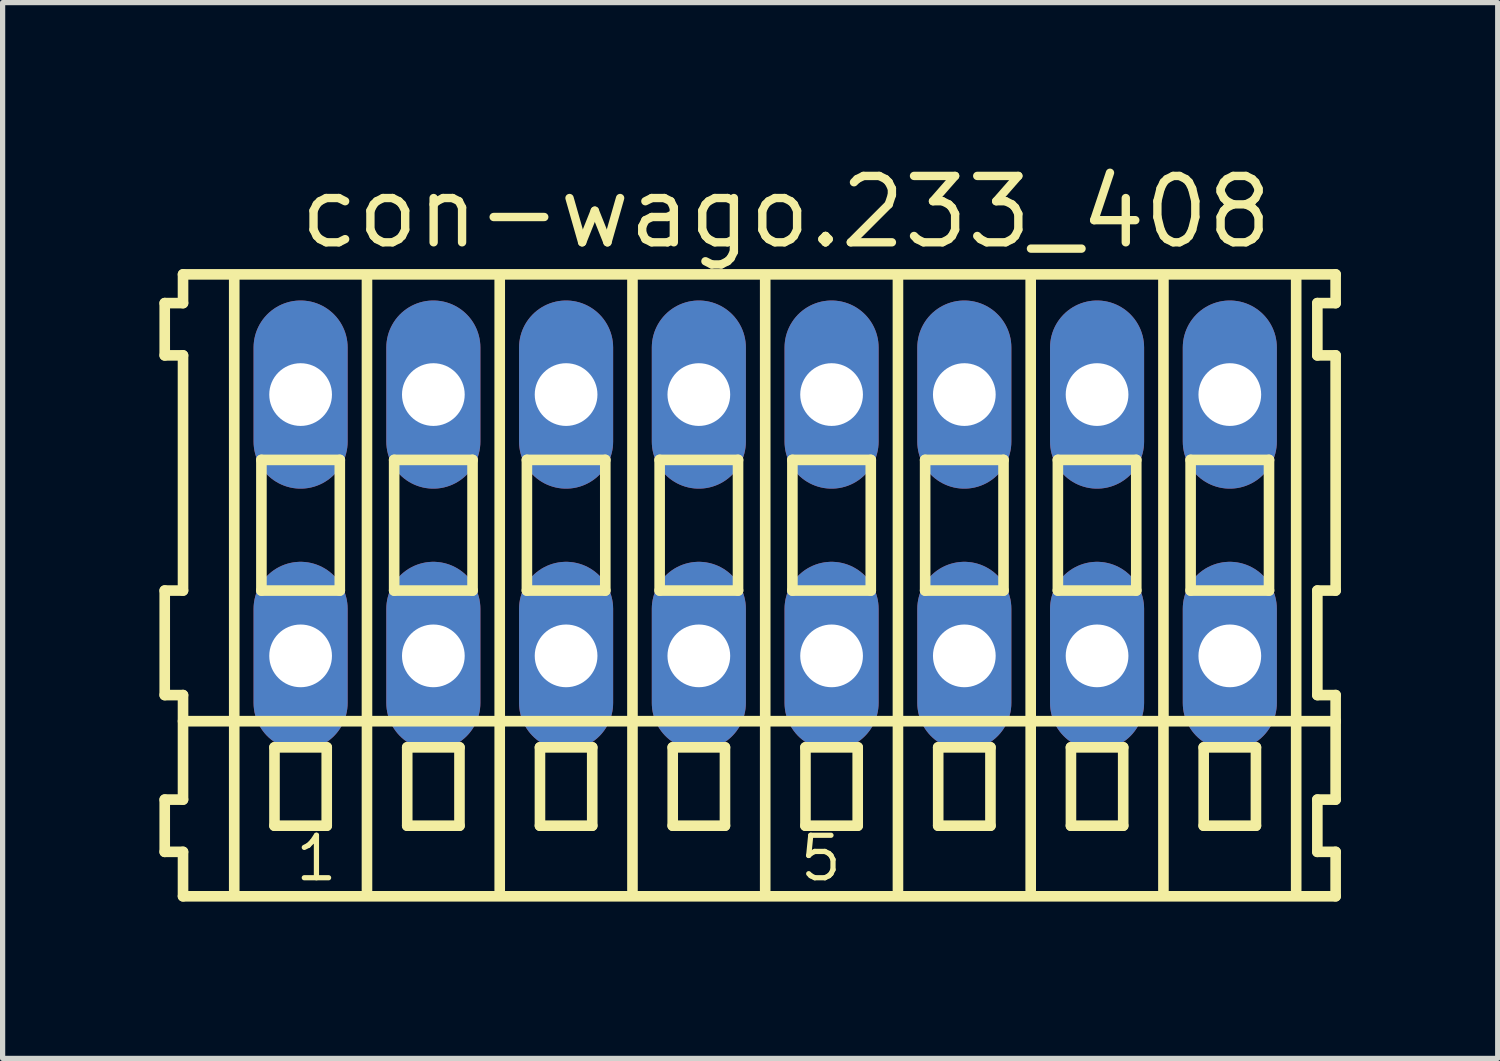
<source format=kicad_pcb>
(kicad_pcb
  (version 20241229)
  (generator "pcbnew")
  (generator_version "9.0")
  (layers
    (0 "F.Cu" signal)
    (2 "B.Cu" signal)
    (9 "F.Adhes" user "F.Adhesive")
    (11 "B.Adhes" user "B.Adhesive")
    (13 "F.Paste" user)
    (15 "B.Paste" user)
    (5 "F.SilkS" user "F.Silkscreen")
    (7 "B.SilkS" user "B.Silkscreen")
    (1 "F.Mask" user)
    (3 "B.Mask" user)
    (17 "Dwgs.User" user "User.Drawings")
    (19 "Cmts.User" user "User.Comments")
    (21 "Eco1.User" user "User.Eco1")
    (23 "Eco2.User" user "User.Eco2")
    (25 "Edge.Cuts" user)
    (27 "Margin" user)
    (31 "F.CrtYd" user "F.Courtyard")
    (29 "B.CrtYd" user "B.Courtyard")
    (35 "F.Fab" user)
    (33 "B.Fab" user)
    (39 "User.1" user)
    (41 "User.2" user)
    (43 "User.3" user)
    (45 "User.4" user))
  (footprint "con-wago.233_408"
    (layer "F.Cu")
    (at 11.592 7)
    (property "Reference" "con-wago.233_408" (at -8.99 -5.25 0) (layer "F.SilkS") (effects (font (size 1.27 1.27) (thickness 0.16)) (justify left bottom)))
    (attr through_hole)
    (fp_line (start -11.49 -4.25) (end -11.49 -3.25) (stroke (width 0.203) (type default)) (layer "F.SilkS"))
    (fp_line (start -11.49 -3.25) (end -11.14 -3.25) (stroke (width 0.203) (type default)) (layer "F.SilkS"))
    (fp_line (start -11.49 1.25) (end -11.49 3.25) (stroke (width 0.203) (type default)) (layer "F.SilkS"))
    (fp_line (start -11.49 3.25) (end -11.14 3.25) (stroke (width 0.203) (type default)) (layer "F.SilkS"))
    (fp_line (start -11.49 5.25) (end -11.49 6.25) (stroke (width 0.203) (type default)) (layer "F.SilkS"))
    (fp_line (start -11.49 6.25) (end -11.14 6.25) (stroke (width 0.203) (type default)) (layer "F.SilkS"))
    (fp_line (start -11.14 -4.8) (end -11.14 -4.25) (stroke (width 0.203) (type default)) (layer "F.SilkS"))
    (fp_line (start -11.14 -4.25) (end -11.49 -4.25) (stroke (width 0.203) (type default)) (layer "F.SilkS"))
    (fp_line (start -11.14 -3.25) (end -11.14 1.25) (stroke (width 0.203) (type default)) (layer "F.SilkS"))
    (fp_line (start -11.14 1.25) (end -11.49 1.25) (stroke (width 0.203) (type default)) (layer "F.SilkS"))
    (fp_line (start -11.14 3.25) (end -11.14 5.25) (stroke (width 0.203) (type default)) (layer "F.SilkS"))
    (fp_line (start -11.14 3.75) (end 10.915 3.75) (stroke (width 0.203) (type default)) (layer "F.SilkS"))
    (fp_line (start -11.14 5.25) (end -11.49 5.25) (stroke (width 0.203) (type default)) (layer "F.SilkS"))
    (fp_line (start -11.14 6.25) (end -11.14 7.1) (stroke (width 0.203) (type default)) (layer "F.SilkS"))
    (fp_line (start -11.14 7.1) (end 10.915 7.1) (stroke (width 0.203) (type default)) (layer "F.SilkS"))
    (fp_line (start -10.16 6.985) (end -10.16 -4.699) (stroke (width 0.203) (type default)) (layer "F.SilkS"))
    (fp_line (start -9.64 -1.25) (end -9.64 1.25) (stroke (width 0.203) (type default)) (layer "F.SilkS"))
    (fp_line (start -9.64 1.25) (end -8.14 1.25) (stroke (width 0.203) (type default)) (layer "F.SilkS"))
    (fp_line (start -9.39 4.25) (end -9.39 5.75) (stroke (width 0.203) (type default)) (layer "F.SilkS"))
    (fp_line (start -9.39 5.75) (end -8.39 5.75) (stroke (width 0.203) (type default)) (layer "F.SilkS"))
    (fp_line (start -8.39 4.25) (end -9.39 4.25) (stroke (width 0.203) (type default)) (layer "F.SilkS"))
    (fp_line (start -8.39 5.75) (end -8.39 4.25) (stroke (width 0.203) (type default)) (layer "F.SilkS"))
    (fp_line (start -8.14 -1.25) (end -9.64 -1.25) (stroke (width 0.203) (type default)) (layer "F.SilkS"))
    (fp_line (start -8.14 1.25) (end -8.14 -1.25) (stroke (width 0.203) (type default)) (layer "F.SilkS"))
    (fp_line (start -7.62 6.985) (end -7.62 -4.699) (stroke (width 0.203) (type default)) (layer "F.SilkS"))
    (fp_line (start -7.1 -1.25) (end -7.1 1.25) (stroke (width 0.203) (type default)) (layer "F.SilkS"))
    (fp_line (start -7.1 1.25) (end -5.6 1.25) (stroke (width 0.203) (type default)) (layer "F.SilkS"))
    (fp_line (start -6.85 4.25) (end -6.85 5.75) (stroke (width 0.203) (type default)) (layer "F.SilkS"))
    (fp_line (start -6.85 5.75) (end -5.85 5.75) (stroke (width 0.203) (type default)) (layer "F.SilkS"))
    (fp_line (start -5.85 4.25) (end -6.85 4.25) (stroke (width 0.203) (type default)) (layer "F.SilkS"))
    (fp_line (start -5.85 5.75) (end -5.85 4.25) (stroke (width 0.203) (type default)) (layer "F.SilkS"))
    (fp_line (start -5.6 -1.25) (end -7.1 -1.25) (stroke (width 0.203) (type default)) (layer "F.SilkS"))
    (fp_line (start -5.6 1.25) (end -5.6 -1.25) (stroke (width 0.203) (type default)) (layer "F.SilkS"))
    (fp_line (start -5.08 6.985) (end -5.08 -4.699) (stroke (width 0.203) (type default)) (layer "F.SilkS"))
    (fp_line (start -4.56 -1.25) (end -4.56 1.25) (stroke (width 0.203) (type default)) (layer "F.SilkS"))
    (fp_line (start -4.56 1.25) (end -3.06 1.25) (stroke (width 0.203) (type default)) (layer "F.SilkS"))
    (fp_line (start -4.31 4.25) (end -4.31 5.75) (stroke (width 0.203) (type default)) (layer "F.SilkS"))
    (fp_line (start -4.31 5.75) (end -3.31 5.75) (stroke (width 0.203) (type default)) (layer "F.SilkS"))
    (fp_line (start -3.31 4.25) (end -4.31 4.25) (stroke (width 0.203) (type default)) (layer "F.SilkS"))
    (fp_line (start -3.31 5.75) (end -3.31 4.25) (stroke (width 0.203) (type default)) (layer "F.SilkS"))
    (fp_line (start -3.06 -1.25) (end -4.56 -1.25) (stroke (width 0.203) (type default)) (layer "F.SilkS"))
    (fp_line (start -3.06 1.25) (end -3.06 -1.25) (stroke (width 0.203) (type default)) (layer "F.SilkS"))
    (fp_line (start -2.54 6.985) (end -2.54 -4.699) (stroke (width 0.203) (type default)) (layer "F.SilkS"))
    (fp_line (start -2.02 -1.25) (end -2.02 1.25) (stroke (width 0.203) (type default)) (layer "F.SilkS"))
    (fp_line (start -2.02 1.25) (end -0.52 1.25) (stroke (width 0.203) (type default)) (layer "F.SilkS"))
    (fp_line (start -1.77 4.25) (end -1.77 5.75) (stroke (width 0.203) (type default)) (layer "F.SilkS"))
    (fp_line (start -1.77 5.75) (end -0.77 5.75) (stroke (width 0.203) (type default)) (layer "F.SilkS"))
    (fp_line (start -0.77 4.25) (end -1.77 4.25) (stroke (width 0.203) (type default)) (layer "F.SilkS"))
    (fp_line (start -0.77 5.75) (end -0.77 4.25) (stroke (width 0.203) (type default)) (layer "F.SilkS"))
    (fp_line (start -0.52 -1.25) (end -2.02 -1.25) (stroke (width 0.203) (type default)) (layer "F.SilkS"))
    (fp_line (start -0.52 1.25) (end -0.52 -1.25) (stroke (width 0.203) (type default)) (layer "F.SilkS"))
    (fp_line (start 0 6.985) (end 0 -4.699) (stroke (width 0.203) (type default)) (layer "F.SilkS"))
    (fp_line (start 0.52 -1.25) (end 0.52 1.25) (stroke (width 0.203) (type default)) (layer "F.SilkS"))
    (fp_line (start 0.52 1.25) (end 2.02 1.25) (stroke (width 0.203) (type default)) (layer "F.SilkS"))
    (fp_line (start 0.77 4.25) (end 0.77 5.75) (stroke (width 0.203) (type default)) (layer "F.SilkS"))
    (fp_line (start 0.77 5.75) (end 1.77 5.75) (stroke (width 0.203) (type default)) (layer "F.SilkS"))
    (fp_line (start 1.77 4.25) (end 0.77 4.25) (stroke (width 0.203) (type default)) (layer "F.SilkS"))
    (fp_line (start 1.77 5.75) (end 1.77 4.25) (stroke (width 0.203) (type default)) (layer "F.SilkS"))
    (fp_line (start 2.02 -1.25) (end 0.52 -1.25) (stroke (width 0.203) (type default)) (layer "F.SilkS"))
    (fp_line (start 2.02 1.25) (end 2.02 -1.25) (stroke (width 0.203) (type default)) (layer "F.SilkS"))
    (fp_line (start 2.54 6.985) (end 2.54 -4.699) (stroke (width 0.203) (type default)) (layer "F.SilkS"))
    (fp_line (start 3.06 -1.25) (end 3.06 1.25) (stroke (width 0.203) (type default)) (layer "F.SilkS"))
    (fp_line (start 3.06 1.25) (end 4.56 1.25) (stroke (width 0.203) (type default)) (layer "F.SilkS"))
    (fp_line (start 3.31 4.25) (end 3.31 5.75) (stroke (width 0.203) (type default)) (layer "F.SilkS"))
    (fp_line (start 3.31 5.75) (end 4.31 5.75) (stroke (width 0.203) (type default)) (layer "F.SilkS"))
    (fp_line (start 4.31 4.25) (end 3.31 4.25) (stroke (width 0.203) (type default)) (layer "F.SilkS"))
    (fp_line (start 4.31 5.75) (end 4.31 4.25) (stroke (width 0.203) (type default)) (layer "F.SilkS"))
    (fp_line (start 4.56 -1.25) (end 3.06 -1.25) (stroke (width 0.203) (type default)) (layer "F.SilkS"))
    (fp_line (start 4.56 1.25) (end 4.56 -1.25) (stroke (width 0.203) (type default)) (layer "F.SilkS"))
    (fp_line (start 5.08 6.985) (end 5.08 -4.699) (stroke (width 0.203) (type default)) (layer "F.SilkS"))
    (fp_line (start 5.6 -1.25) (end 5.6 1.25) (stroke (width 0.203) (type default)) (layer "F.SilkS"))
    (fp_line (start 5.6 1.25) (end 7.1 1.25) (stroke (width 0.203) (type default)) (layer "F.SilkS"))
    (fp_line (start 5.85 4.25) (end 5.85 5.75) (stroke (width 0.203) (type default)) (layer "F.SilkS"))
    (fp_line (start 5.85 5.75) (end 6.85 5.75) (stroke (width 0.203) (type default)) (layer "F.SilkS"))
    (fp_line (start 6.85 4.25) (end 5.85 4.25) (stroke (width 0.203) (type default)) (layer "F.SilkS"))
    (fp_line (start 6.85 5.75) (end 6.85 4.25) (stroke (width 0.203) (type default)) (layer "F.SilkS"))
    (fp_line (start 7.1 -1.25) (end 5.6 -1.25) (stroke (width 0.203) (type default)) (layer "F.SilkS"))
    (fp_line (start 7.1 1.25) (end 7.1 -1.25) (stroke (width 0.203) (type default)) (layer "F.SilkS"))
    (fp_line (start 7.62 6.985) (end 7.62 -4.699) (stroke (width 0.203) (type default)) (layer "F.SilkS"))
    (fp_line (start 8.14 -1.25) (end 8.14 1.25) (stroke (width 0.203) (type default)) (layer "F.SilkS"))
    (fp_line (start 8.14 1.25) (end 9.64 1.25) (stroke (width 0.203) (type default)) (layer "F.SilkS"))
    (fp_line (start 8.39 4.25) (end 8.39 5.75) (stroke (width 0.203) (type default)) (layer "F.SilkS"))
    (fp_line (start 8.39 5.75) (end 9.39 5.75) (stroke (width 0.203) (type default)) (layer "F.SilkS"))
    (fp_line (start 9.39 4.25) (end 8.39 4.25) (stroke (width 0.203) (type default)) (layer "F.SilkS"))
    (fp_line (start 9.39 5.75) (end 9.39 4.25) (stroke (width 0.203) (type default)) (layer "F.SilkS"))
    (fp_line (start 9.64 -1.25) (end 8.14 -1.25) (stroke (width 0.203) (type default)) (layer "F.SilkS"))
    (fp_line (start 9.64 1.25) (end 9.64 -1.25) (stroke (width 0.203) (type default)) (layer "F.SilkS"))
    (fp_line (start 10.16 6.985) (end 10.16 -4.699) (stroke (width 0.203) (type default)) (layer "F.SilkS"))
    (fp_line (start 10.565 -4.25) (end 10.565 -3.25) (stroke (width 0.203) (type default)) (layer "F.SilkS"))
    (fp_line (start 10.565 -3.25) (end 10.915 -3.25) (stroke (width 0.203) (type default)) (layer "F.SilkS"))
    (fp_line (start 10.565 1.25) (end 10.565 3.25) (stroke (width 0.203) (type default)) (layer "F.SilkS"))
    (fp_line (start 10.565 3.25) (end 10.915 3.25) (stroke (width 0.203) (type default)) (layer "F.SilkS"))
    (fp_line (start 10.565 5.25) (end 10.565 6.25) (stroke (width 0.203) (type default)) (layer "F.SilkS"))
    (fp_line (start 10.565 6.25) (end 10.915 6.25) (stroke (width 0.203) (type default)) (layer "F.SilkS"))
    (fp_line (start 10.915 -4.8) (end -11.14 -4.8) (stroke (width 0.203) (type default)) (layer "F.SilkS"))
    (fp_line (start 10.915 -4.25) (end 10.565 -4.25) (stroke (width 0.203) (type default)) (layer "F.SilkS"))
    (fp_line (start 10.915 -4.25) (end 10.915 -4.8) (stroke (width 0.203) (type default)) (layer "F.SilkS"))
    (fp_line (start 10.915 1.25) (end 10.565 1.25) (stroke (width 0.203) (type default)) (layer "F.SilkS"))
    (fp_line (start 10.915 1.25) (end 10.915 -3.25) (stroke (width 0.203) (type default)) (layer "F.SilkS"))
    (fp_line (start 10.915 3.75) (end 10.915 3.25) (stroke (width 0.203) (type default)) (layer "F.SilkS"))
    (fp_line (start 10.915 5.25) (end 10.565 5.25) (stroke (width 0.203) (type default)) (layer "F.SilkS"))
    (fp_line (start 10.915 5.25) (end 10.915 3.75) (stroke (width 0.203) (type default)) (layer "F.SilkS"))
    (fp_line (start 10.915 7.1) (end 10.915 6.25) (stroke (width 0.203) (type default)) (layer "F.SilkS"))
    (fp_text user "1" (at -9.04 6.85 0) (layer "F.SilkS") (effects (font (size 0.813 0.813) (thickness 0.1)) (justify left bottom)))
    (fp_text user "5" (at 0.612 6.85 0) (layer "F.SilkS") (effects (font (size 0.813 0.813) (thickness 0.1)) (justify left bottom)))
    (pad "A1" thru_hole oval (at -8.89 -2.5 90) (size 3.6 1.8) (drill 1.2) (layers "*.Cu" "*.Mask"))
    (pad "A2" thru_hole oval (at -6.35 -2.5 90) (size 3.6 1.8) (drill 1.2) (layers "*.Cu" "*.Mask"))
    (pad "A3" thru_hole oval (at -3.81 -2.5 90) (size 3.6 1.8) (drill 1.2) (layers "*.Cu" "*.Mask"))
    (pad "A4" thru_hole oval (at -1.27 -2.5 90) (size 3.6 1.8) (drill 1.2) (layers "*.Cu" "*.Mask"))
    (pad "A5" thru_hole oval (at 1.27 -2.5 90) (size 3.6 1.8) (drill 1.2) (layers "*.Cu" "*.Mask"))
    (pad "A6" thru_hole oval (at 3.81 -2.5 90) (size 3.6 1.8) (drill 1.2) (layers "*.Cu" "*.Mask"))
    (pad "A7" thru_hole oval (at 6.35 -2.5 90) (size 3.6 1.8) (drill 1.2) (layers "*.Cu" "*.Mask"))
    (pad "A8" thru_hole oval (at 8.89 -2.5 90) (size 3.6 1.8) (drill 1.2) (layers "*.Cu" "*.Mask"))
    (pad "B1" thru_hole oval (at -8.89 2.5 90) (size 3.6 1.8) (drill 1.2) (layers "*.Cu" "*.Mask"))
    (pad "B2" thru_hole oval (at -6.35 2.5 90) (size 3.6 1.8) (drill 1.2) (layers "*.Cu" "*.Mask"))
    (pad "B3" thru_hole oval (at -3.81 2.5 90) (size 3.6 1.8) (drill 1.2) (layers "*.Cu" "*.Mask"))
    (pad "B4" thru_hole oval (at -1.27 2.5 90) (size 3.6 1.8) (drill 1.2) (layers "*.Cu" "*.Mask"))
    (pad "B5" thru_hole oval (at 1.27 2.5 90) (size 3.6 1.8) (drill 1.2) (layers "*.Cu" "*.Mask"))
    (pad "B6" thru_hole oval (at 3.81 2.5 90) (size 3.6 1.8) (drill 1.2) (layers "*.Cu" "*.Mask"))
    (pad "B7" thru_hole oval (at 6.35 2.5 90) (size 3.6 1.8) (drill 1.2) (layers "*.Cu" "*.Mask"))
    (pad "B8" thru_hole oval (at 8.89 2.5 90) (size 3.6 1.8) (drill 1.2) (layers "*.Cu" "*.Mask")))
  (gr_rect
    (start -3 -3)
    (end 25.608 17.202)
    (stroke (width 0.1) (type default))
    (fill no)
    (layer "Edge.Cuts")))
</source>
